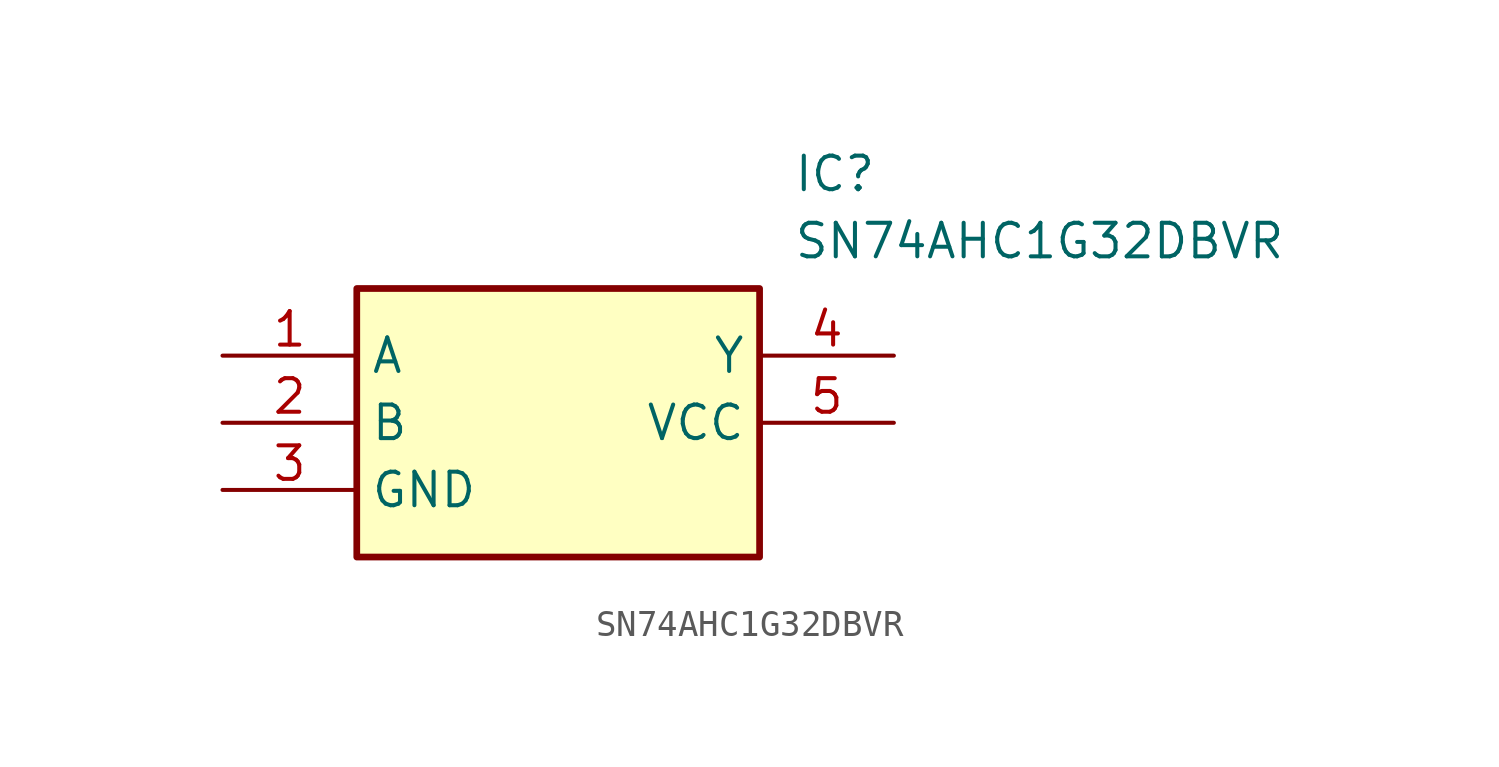
<source format=kicad_sym>
(kicad_symbol_lib
  (version 20211014)
  (generator SamacSys_ECAD_Model)
  (symbol "SN74AHC1G32DBVR"
    (property "Reference" "IC"
      (at 21.59 7.62 0)
      (effects (font (size 1.27 1.27)) (justify left top)))
    (property "Value" "SN74AHC1G32DBVR"
      (at 21.59 5.08 0)
      (effects (font (size 1.27 1.27)) (justify left top)))
    (rectangle
      (start 5.08 2.54)
      (end 20.32 -7.62)
      (stroke (width 0.254) (type default))
      (fill (type background)))
    (pin passive line
      (at 0 0 0)
      (length 5.08)
      (name "A" (effects (font (size 1.27 1.27))))
      (number "1" (effects (font (size 1.27 1.27)))))
    (pin passive line
      (at 0 -2.54 0)
      (length 5.08)
      (name "B" (effects (font (size 1.27 1.27))))
      (number "2" (effects (font (size 1.27 1.27)))))
    (pin passive line
      (at 0 -5.08 0)
      (length 5.08)
      (name "GND" (effects (font (size 1.27 1.27))))
      (number "3" (effects (font (size 1.27 1.27)))))
    (pin passive line
      (at 25.4 0 180)
      (length 5.08)
      (name "Y" (effects (font (size 1.27 1.27))))
      (number "4" (effects (font (size 1.27 1.27)))))
    (pin passive line
      (at 25.4 -2.54 180)
      (length 5.08)
      (name "VCC" (effects (font (size 1.27 1.27))))
      (number "5" (effects (font (size 1.27 1.27)))))))
</source>
